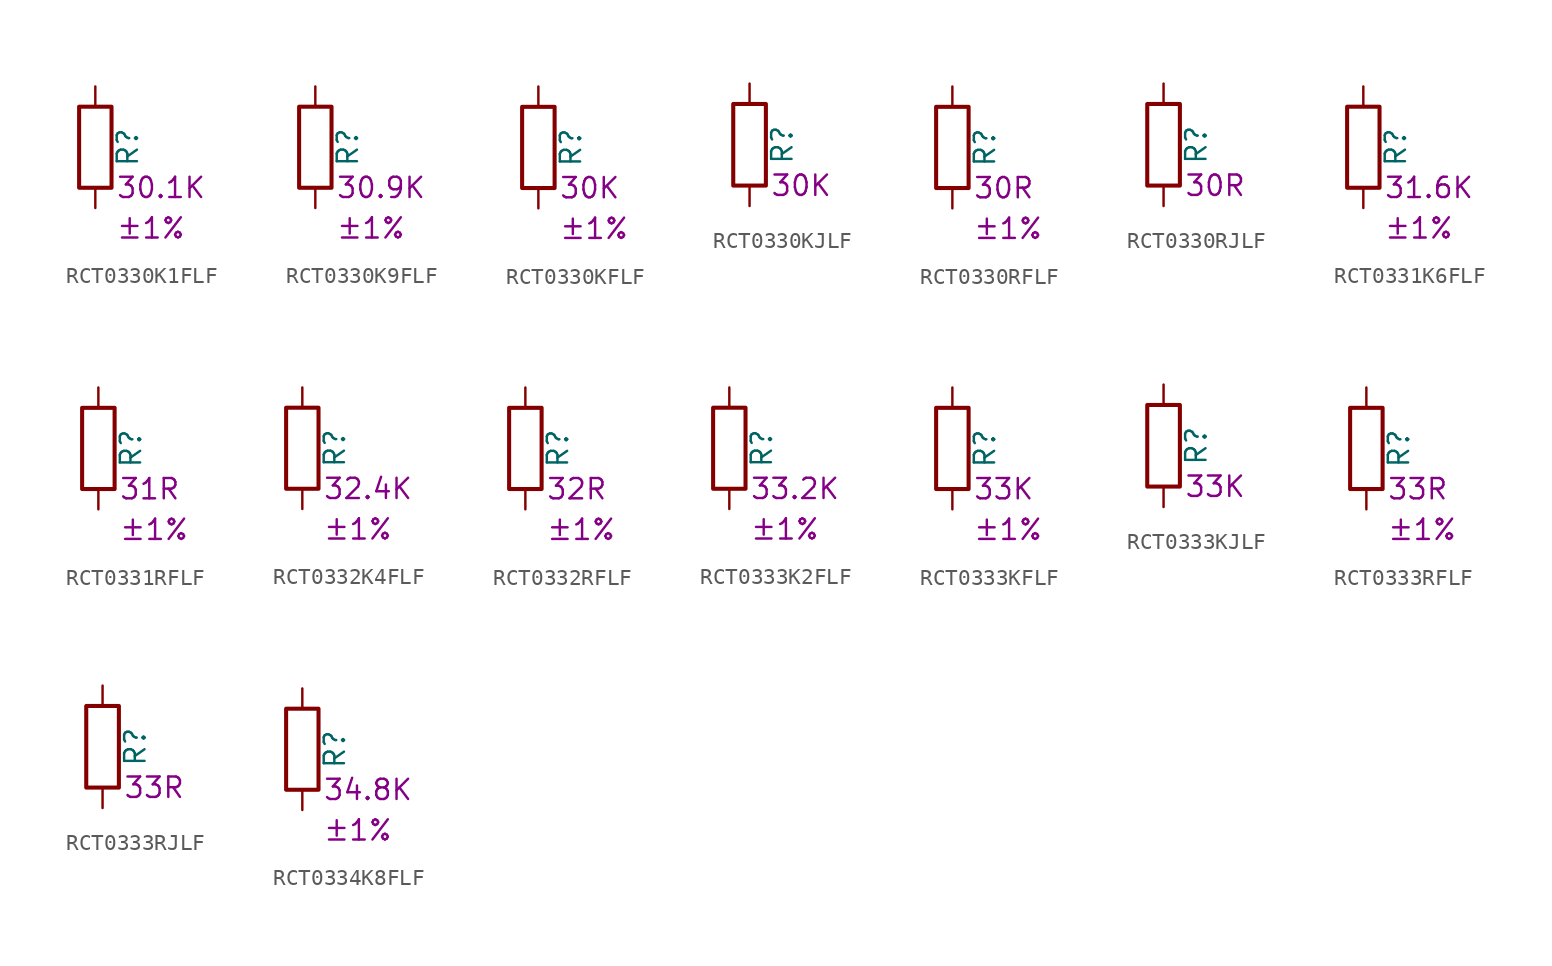
<source format=kicad_sym>
(kicad_symbol_lib
  (version 20220914)
  (generator kicad_symbol_editor)
  (symbol "RCT0330K1FLF"
    (pin_numbers hide)
    (pin_names
      (offset 0))
    (property "Reference" "R"
      (at 2.032 0 90)
      (effects (font (size 1.27 1.27))))
    (property "Resistance" "30.1K"
      (at 1.27 -2.54 0)
      (effects (font (size 1.27 1.27)) (justify left)))
    (property "Tolerance" "±1%"
      (at 1.27 -5.08 0)
      (effects (font (size 1.27 1.27)) (justify left)))
    (symbol "RCT0330K1FLF_0_1"
      (rectangle (start -1.016 -2.54) (end 1.016 2.54) (stroke (width 0.254) (type default)) (fill (type none))))
    (symbol "RCT0330K1FLF_1_1"
      (pin passive line (at 0 3.81 270) (length 1.27) (name "~" (effects (font (size 1.27 1.27)))) (number "1" (effects (font (size 1.27 1.27)))))
      (pin passive line (at 0 -3.81 90) (length 1.27) (name "~" (effects (font (size 1.27 1.27)))) (number "2" (effects (font (size 1.27 1.27)))))))
  (symbol "RCT0330K9FLF"
    (pin_numbers hide)
    (pin_names
      (offset 0))
    (property "Reference" "R"
      (at 2.032 0 90)
      (effects (font (size 1.27 1.27))))
    (property "Resistance" "30.9K"
      (at 1.27 -2.54 0)
      (effects (font (size 1.27 1.27)) (justify left)))
    (property "Tolerance" "±1%"
      (at 1.27 -5.08 0)
      (effects (font (size 1.27 1.27)) (justify left)))
    (symbol "RCT0330K9FLF_0_1"
      (rectangle (start -1.016 -2.54) (end 1.016 2.54) (stroke (width 0.254) (type default)) (fill (type none))))
    (symbol "RCT0330K9FLF_1_1"
      (pin passive line (at 0 3.81 270) (length 1.27) (name "~" (effects (font (size 1.27 1.27)))) (number "1" (effects (font (size 1.27 1.27)))))
      (pin passive line (at 0 -3.81 90) (length 1.27) (name "~" (effects (font (size 1.27 1.27)))) (number "2" (effects (font (size 1.27 1.27)))))))
  (symbol "RCT0330KFLF"
    (pin_numbers hide)
    (pin_names
      (offset 0))
    (property "Reference" "R"
      (at 2.032 0 90)
      (effects (font (size 1.27 1.27))))
    (property "Resistance" "30K"
      (at 1.27 -2.54 0)
      (effects (font (size 1.27 1.27)) (justify left)))
    (property "Tolerance" "±1%"
      (at 1.27 -5.08 0)
      (effects (font (size 1.27 1.27)) (justify left)))
    (symbol "RCT0330KFLF_0_1"
      (rectangle (start -1.016 -2.54) (end 1.016 2.54) (stroke (width 0.254) (type default)) (fill (type none))))
    (symbol "RCT0330KFLF_1_1"
      (pin passive line (at 0 3.81 270) (length 1.27) (name "~" (effects (font (size 1.27 1.27)))) (number "1" (effects (font (size 1.27 1.27)))))
      (pin passive line (at 0 -3.81 90) (length 1.27) (name "~" (effects (font (size 1.27 1.27)))) (number "2" (effects (font (size 1.27 1.27)))))))
  (symbol "RCT0330KJLF"
    (pin_numbers hide)
    (pin_names
      (offset 0))
    (property "Reference" "R"
      (at 2.032 0 90)
      (effects (font (size 1.27 1.27))))
    (property "Resistance" "30K"
      (at 1.27 -2.54 0)
      (effects (font (size 1.27 1.27)) (justify left)))
    (symbol "RCT0330KJLF_0_1"
      (rectangle (start -1.016 -2.54) (end 1.016 2.54) (stroke (width 0.254) (type default)) (fill (type none))))
    (symbol "RCT0330KJLF_1_1"
      (pin passive line (at 0 3.81 270) (length 1.27) (name "~" (effects (font (size 1.27 1.27)))) (number "1" (effects (font (size 1.27 1.27)))))
      (pin passive line (at 0 -3.81 90) (length 1.27) (name "~" (effects (font (size 1.27 1.27)))) (number "2" (effects (font (size 1.27 1.27)))))))
  (symbol "RCT0330RFLF"
    (pin_numbers hide)
    (pin_names
      (offset 0))
    (property "Reference" "R"
      (at 2.032 0 90)
      (effects (font (size 1.27 1.27))))
    (property "Resistance" "30R"
      (at 1.27 -2.54 0)
      (effects (font (size 1.27 1.27)) (justify left)))
    (property "Tolerance" "±1%"
      (at 1.27 -5.08 0)
      (effects (font (size 1.27 1.27)) (justify left)))
    (symbol "RCT0330RFLF_0_1"
      (rectangle (start -1.016 -2.54) (end 1.016 2.54) (stroke (width 0.254) (type default)) (fill (type none))))
    (symbol "RCT0330RFLF_1_1"
      (pin passive line (at 0 3.81 270) (length 1.27) (name "~" (effects (font (size 1.27 1.27)))) (number "1" (effects (font (size 1.27 1.27)))))
      (pin passive line (at 0 -3.81 90) (length 1.27) (name "~" (effects (font (size 1.27 1.27)))) (number "2" (effects (font (size 1.27 1.27)))))))
  (symbol "RCT0330RJLF"
    (pin_numbers hide)
    (pin_names
      (offset 0))
    (property "Reference" "R"
      (at 2.032 0 90)
      (effects (font (size 1.27 1.27))))
    (property "Resistance" "30R"
      (at 1.27 -2.54 0)
      (effects (font (size 1.27 1.27)) (justify left)))
    (symbol "RCT0330RJLF_0_1"
      (rectangle (start -1.016 -2.54) (end 1.016 2.54) (stroke (width 0.254) (type default)) (fill (type none))))
    (symbol "RCT0330RJLF_1_1"
      (pin passive line (at 0 3.81 270) (length 1.27) (name "~" (effects (font (size 1.27 1.27)))) (number "1" (effects (font (size 1.27 1.27)))))
      (pin passive line (at 0 -3.81 90) (length 1.27) (name "~" (effects (font (size 1.27 1.27)))) (number "2" (effects (font (size 1.27 1.27)))))))
  (symbol "RCT0331K6FLF"
    (pin_numbers hide)
    (pin_names
      (offset 0))
    (property "Reference" "R"
      (at 2.032 0 90)
      (effects (font (size 1.27 1.27))))
    (property "Resistance" "31.6K"
      (at 1.27 -2.54 0)
      (effects (font (size 1.27 1.27)) (justify left)))
    (property "Tolerance" "±1%"
      (at 1.27 -5.08 0)
      (effects (font (size 1.27 1.27)) (justify left)))
    (symbol "RCT0331K6FLF_0_1"
      (rectangle (start -1.016 -2.54) (end 1.016 2.54) (stroke (width 0.254) (type default)) (fill (type none))))
    (symbol "RCT0331K6FLF_1_1"
      (pin passive line (at 0 3.81 270) (length 1.27) (name "~" (effects (font (size 1.27 1.27)))) (number "1" (effects (font (size 1.27 1.27)))))
      (pin passive line (at 0 -3.81 90) (length 1.27) (name "~" (effects (font (size 1.27 1.27)))) (number "2" (effects (font (size 1.27 1.27)))))))
  (symbol "RCT0331RFLF"
    (pin_numbers hide)
    (pin_names
      (offset 0))
    (property "Reference" "R"
      (at 2.032 0 90)
      (effects (font (size 1.27 1.27))))
    (property "Resistance" "31R"
      (at 1.27 -2.54 0)
      (effects (font (size 1.27 1.27)) (justify left)))
    (property "Tolerance" "±1%"
      (at 1.27 -5.08 0)
      (effects (font (size 1.27 1.27)) (justify left)))
    (symbol "RCT0331RFLF_0_1"
      (rectangle (start -1.016 -2.54) (end 1.016 2.54) (stroke (width 0.254) (type default)) (fill (type none))))
    (symbol "RCT0331RFLF_1_1"
      (pin passive line (at 0 3.81 270) (length 1.27) (name "~" (effects (font (size 1.27 1.27)))) (number "1" (effects (font (size 1.27 1.27)))))
      (pin passive line (at 0 -3.81 90) (length 1.27) (name "~" (effects (font (size 1.27 1.27)))) (number "2" (effects (font (size 1.27 1.27)))))))
  (symbol "RCT0332K4FLF"
    (pin_numbers hide)
    (pin_names
      (offset 0))
    (property "Reference" "R"
      (at 2.032 0 90)
      (effects (font (size 1.27 1.27))))
    (property "Resistance" "32.4K"
      (at 1.27 -2.54 0)
      (effects (font (size 1.27 1.27)) (justify left)))
    (property "Tolerance" "±1%"
      (at 1.27 -5.08 0)
      (effects (font (size 1.27 1.27)) (justify left)))
    (symbol "RCT0332K4FLF_0_1"
      (rectangle (start -1.016 -2.54) (end 1.016 2.54) (stroke (width 0.254) (type default)) (fill (type none))))
    (symbol "RCT0332K4FLF_1_1"
      (pin passive line (at 0 3.81 270) (length 1.27) (name "~" (effects (font (size 1.27 1.27)))) (number "1" (effects (font (size 1.27 1.27)))))
      (pin passive line (at 0 -3.81 90) (length 1.27) (name "~" (effects (font (size 1.27 1.27)))) (number "2" (effects (font (size 1.27 1.27)))))))
  (symbol "RCT0332RFLF"
    (pin_numbers hide)
    (pin_names
      (offset 0))
    (property "Reference" "R"
      (at 2.032 0 90)
      (effects (font (size 1.27 1.27))))
    (property "Resistance" "32R"
      (at 1.27 -2.54 0)
      (effects (font (size 1.27 1.27)) (justify left)))
    (property "Tolerance" "±1%"
      (at 1.27 -5.08 0)
      (effects (font (size 1.27 1.27)) (justify left)))
    (symbol "RCT0332RFLF_0_1"
      (rectangle (start -1.016 -2.54) (end 1.016 2.54) (stroke (width 0.254) (type default)) (fill (type none))))
    (symbol "RCT0332RFLF_1_1"
      (pin passive line (at 0 3.81 270) (length 1.27) (name "~" (effects (font (size 1.27 1.27)))) (number "1" (effects (font (size 1.27 1.27)))))
      (pin passive line (at 0 -3.81 90) (length 1.27) (name "~" (effects (font (size 1.27 1.27)))) (number "2" (effects (font (size 1.27 1.27)))))))
  (symbol "RCT0333K2FLF"
    (pin_numbers hide)
    (pin_names
      (offset 0))
    (property "Reference" "R"
      (at 2.032 0 90)
      (effects (font (size 1.27 1.27))))
    (property "Resistance" "33.2K"
      (at 1.27 -2.54 0)
      (effects (font (size 1.27 1.27)) (justify left)))
    (property "Tolerance" "±1%"
      (at 1.27 -5.08 0)
      (effects (font (size 1.27 1.27)) (justify left)))
    (symbol "RCT0333K2FLF_0_1"
      (rectangle (start -1.016 -2.54) (end 1.016 2.54) (stroke (width 0.254) (type default)) (fill (type none))))
    (symbol "RCT0333K2FLF_1_1"
      (pin passive line (at 0 3.81 270) (length 1.27) (name "~" (effects (font (size 1.27 1.27)))) (number "1" (effects (font (size 1.27 1.27)))))
      (pin passive line (at 0 -3.81 90) (length 1.27) (name "~" (effects (font (size 1.27 1.27)))) (number "2" (effects (font (size 1.27 1.27)))))))
  (symbol "RCT0333KFLF"
    (pin_numbers hide)
    (pin_names
      (offset 0))
    (property "Reference" "R"
      (at 2.032 0 90)
      (effects (font (size 1.27 1.27))))
    (property "Resistance" "33K"
      (at 1.27 -2.54 0)
      (effects (font (size 1.27 1.27)) (justify left)))
    (property "Tolerance" "±1%"
      (at 1.27 -5.08 0)
      (effects (font (size 1.27 1.27)) (justify left)))
    (symbol "RCT0333KFLF_0_1"
      (rectangle (start -1.016 -2.54) (end 1.016 2.54) (stroke (width 0.254) (type default)) (fill (type none))))
    (symbol "RCT0333KFLF_1_1"
      (pin passive line (at 0 3.81 270) (length 1.27) (name "~" (effects (font (size 1.27 1.27)))) (number "1" (effects (font (size 1.27 1.27)))))
      (pin passive line (at 0 -3.81 90) (length 1.27) (name "~" (effects (font (size 1.27 1.27)))) (number "2" (effects (font (size 1.27 1.27)))))))
  (symbol "RCT0333KJLF"
    (pin_numbers hide)
    (pin_names
      (offset 0))
    (property "Reference" "R"
      (at 2.032 0 90)
      (effects (font (size 1.27 1.27))))
    (property "Resistance" "33K"
      (at 1.27 -2.54 0)
      (effects (font (size 1.27 1.27)) (justify left)))
    (symbol "RCT0333KJLF_0_1"
      (rectangle (start -1.016 -2.54) (end 1.016 2.54) (stroke (width 0.254) (type default)) (fill (type none))))
    (symbol "RCT0333KJLF_1_1"
      (pin passive line (at 0 3.81 270) (length 1.27) (name "~" (effects (font (size 1.27 1.27)))) (number "1" (effects (font (size 1.27 1.27)))))
      (pin passive line (at 0 -3.81 90) (length 1.27) (name "~" (effects (font (size 1.27 1.27)))) (number "2" (effects (font (size 1.27 1.27)))))))
  (symbol "RCT0333RFLF"
    (pin_numbers hide)
    (pin_names
      (offset 0))
    (property "Reference" "R"
      (at 2.032 0 90)
      (effects (font (size 1.27 1.27))))
    (property "Resistance" "33R"
      (at 1.27 -2.54 0)
      (effects (font (size 1.27 1.27)) (justify left)))
    (property "Tolerance" "±1%"
      (at 1.27 -5.08 0)
      (effects (font (size 1.27 1.27)) (justify left)))
    (symbol "RCT0333RFLF_0_1"
      (rectangle (start -1.016 -2.54) (end 1.016 2.54) (stroke (width 0.254) (type default)) (fill (type none))))
    (symbol "RCT0333RFLF_1_1"
      (pin passive line (at 0 3.81 270) (length 1.27) (name "~" (effects (font (size 1.27 1.27)))) (number "1" (effects (font (size 1.27 1.27)))))
      (pin passive line (at 0 -3.81 90) (length 1.27) (name "~" (effects (font (size 1.27 1.27)))) (number "2" (effects (font (size 1.27 1.27)))))))
  (symbol "RCT0333RJLF"
    (pin_numbers hide)
    (pin_names
      (offset 0))
    (property "Reference" "R"
      (at 2.032 0 90)
      (effects (font (size 1.27 1.27))))
    (property "Resistance" "33R"
      (at 1.27 -2.54 0)
      (effects (font (size 1.27 1.27)) (justify left)))
    (symbol "RCT0333RJLF_0_1"
      (rectangle (start -1.016 -2.54) (end 1.016 2.54) (stroke (width 0.254) (type default)) (fill (type none))))
    (symbol "RCT0333RJLF_1_1"
      (pin passive line (at 0 3.81 270) (length 1.27) (name "~" (effects (font (size 1.27 1.27)))) (number "1" (effects (font (size 1.27 1.27)))))
      (pin passive line (at 0 -3.81 90) (length 1.27) (name "~" (effects (font (size 1.27 1.27)))) (number "2" (effects (font (size 1.27 1.27)))))))
  (symbol "RCT0334K8FLF"
    (pin_numbers hide)
    (pin_names
      (offset 0))
    (property "Reference" "R"
      (at 2.032 0 90)
      (effects (font (size 1.27 1.27))))
    (property "Resistance" "34.8K"
      (at 1.27 -2.54 0)
      (effects (font (size 1.27 1.27)) (justify left)))
    (property "Tolerance" "±1%"
      (at 1.27 -5.08 0)
      (effects (font (size 1.27 1.27)) (justify left)))
    (symbol "RCT0334K8FLF_0_1"
      (rectangle (start -1.016 -2.54) (end 1.016 2.54) (stroke (width 0.254) (type default)) (fill (type none))))
    (symbol "RCT0334K8FLF_1_1"
      (pin passive line (at 0 3.81 270) (length 1.27) (name "~" (effects (font (size 1.27 1.27)))) (number "1" (effects (font (size 1.27 1.27)))))
      (pin passive line (at 0 -3.81 90) (length 1.27) (name "~" (effects (font (size 1.27 1.27)))) (number "2" (effects (font (size 1.27 1.27))))))))
</source>
